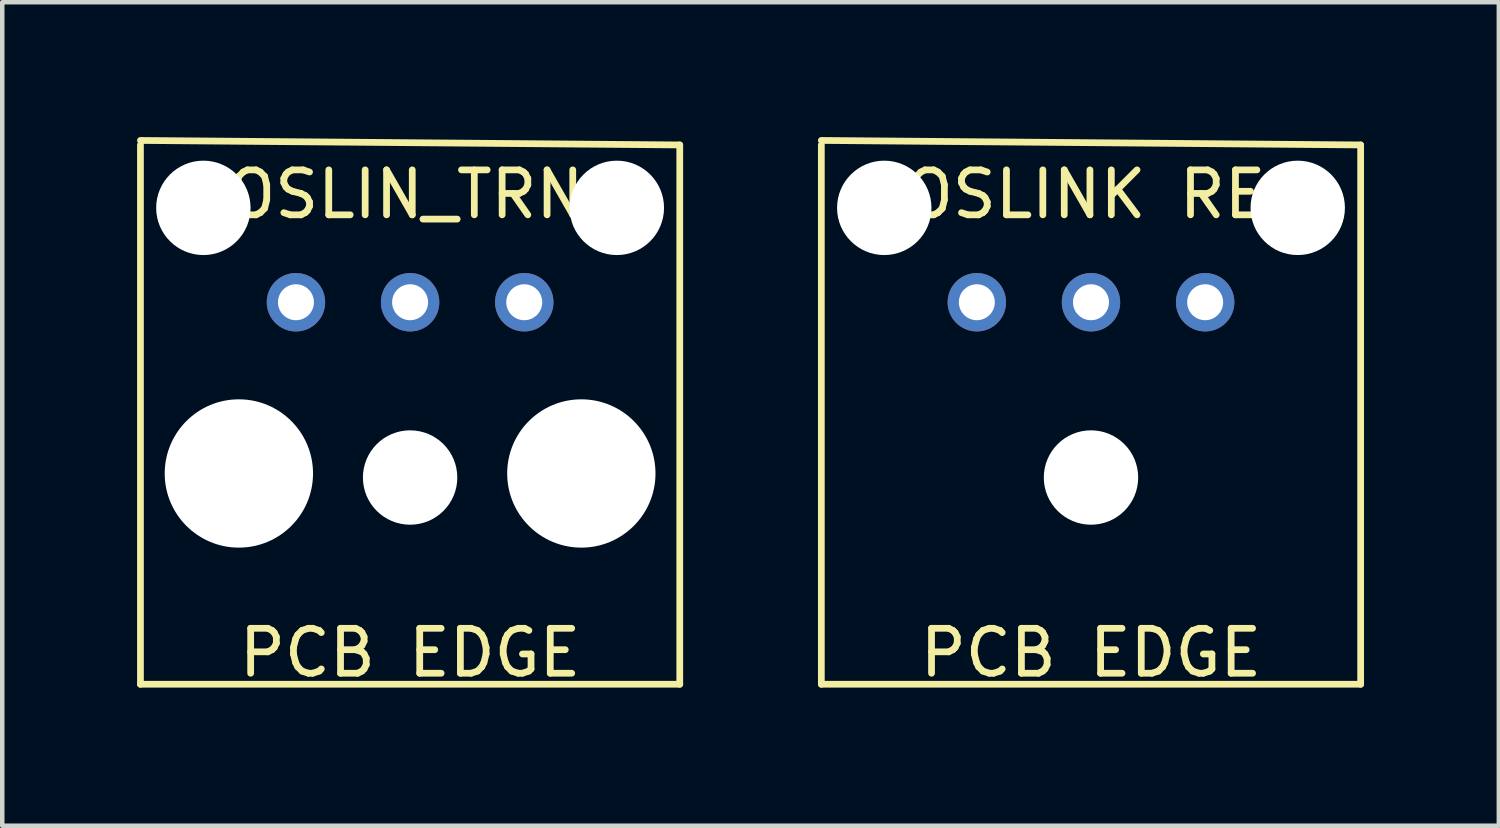
<source format=kicad_pcb>
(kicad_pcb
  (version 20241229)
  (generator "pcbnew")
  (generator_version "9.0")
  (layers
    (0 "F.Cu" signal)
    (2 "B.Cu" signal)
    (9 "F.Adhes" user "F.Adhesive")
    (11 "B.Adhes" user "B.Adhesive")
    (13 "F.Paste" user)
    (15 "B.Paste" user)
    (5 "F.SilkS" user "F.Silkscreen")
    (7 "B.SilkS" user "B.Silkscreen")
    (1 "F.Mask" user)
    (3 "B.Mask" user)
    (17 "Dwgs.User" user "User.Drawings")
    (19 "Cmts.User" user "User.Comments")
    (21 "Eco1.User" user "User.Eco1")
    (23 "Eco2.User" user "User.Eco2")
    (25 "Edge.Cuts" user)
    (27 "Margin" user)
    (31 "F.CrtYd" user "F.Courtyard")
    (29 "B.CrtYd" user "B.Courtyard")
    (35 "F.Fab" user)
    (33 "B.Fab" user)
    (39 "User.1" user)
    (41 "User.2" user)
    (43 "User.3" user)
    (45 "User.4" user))
  (footprint "TOSLIN_TRNS"
    (layer "F.Cu")
    (at 6.075 3.675)
    (property "Reference" "TOSLIN_TRNS" (at 0 -2.4 0) (layer "F.SilkS") (effects (font (size 1 1) (thickness 0.15))))
    (attr through_hole)
    (fp_line (start -6 -3.5) (end -6 8.5) (stroke (width 0.15) (type solid)) (layer "F.SilkS"))
    (fp_line (start -6 8.5) (end 6 8.5) (stroke (width 0.15) (type solid)) (layer "F.SilkS"))
    (fp_line (start 6 -3.5) (end -6 -3.6) (stroke (width 0.15) (type solid)) (layer "F.SilkS"))
    (fp_line (start 6 8.5) (end 6 -3.5) (stroke (width 0.15) (type solid)) (layer "F.SilkS"))
    (fp_text user "PCB EDGE" (at 0 7.8 0) (layer "F.SilkS") (effects (font (size 1 1) (thickness 0.15))))
    (pad "" np_thru_hole circle (at -4.6 -2.1) (size 2.1 2.1) (drill 2.1) (layers "*.Cu" "*.Mask"))
    (pad "" np_thru_hole circle (at -3.81 3.81) (size 3.3 3.3) (drill 3.3) (layers "*.Cu" "*.Mask"))
    (pad "" np_thru_hole circle (at 0 3.9) (size 2.1 2.1) (drill 2.1) (layers "*.Cu" "*.Mask"))
    (pad "" np_thru_hole circle (at 3.81 3.81) (size 3.3 3.3) (drill 3.3) (layers "*.Cu" "*.Mask"))
    (pad "" np_thru_hole circle (at 4.6 -2.1) (size 2.1 2.1) (drill 2.1) (layers "*.Cu" "*.Mask"))
    (pad "1" thru_hole circle (at -2.54 0) (size 1.3 1.3) (drill 0.8) (layers "*.Cu" "*.Mask"))
    (pad "2" thru_hole circle (at 0 0) (size 1.3 1.3) (drill 0.8) (layers "*.Cu" "*.Mask"))
    (pad "3" thru_hole circle (at 2.54 0) (size 1.3 1.3) (drill 0.8) (layers "*.Cu" "*.Mask")))
  (footprint "TOSLINK REC"
    (layer "F.Cu")
    (at 21.225 3.675)
    (property "Reference" "TOSLINK REC" (at 0 -2.4 0) (layer "F.SilkS") (effects (font (size 1 1) (thickness 0.15))))
    (attr through_hole)
    (fp_line (start -6 -3.5) (end -6 8.5) (stroke (width 0.15) (type solid)) (layer "F.SilkS"))
    (fp_line (start -6 8.5) (end 6 8.5) (stroke (width 0.15) (type solid)) (layer "F.SilkS"))
    (fp_line (start 6 -3.5) (end -6 -3.6) (stroke (width 0.15) (type solid)) (layer "F.SilkS"))
    (fp_line (start 6 8.5) (end 6 -3.5) (stroke (width 0.15) (type solid)) (layer "F.SilkS"))
    (fp_text user "PCB EDGE" (at 0 7.8 0) (layer "F.SilkS") (effects (font (size 1 1) (thickness 0.15))))
    (pad "" np_thru_hole circle (at -4.6 -2.1) (size 2.1 2.1) (drill 2.1) (layers "*.Cu" "*.Mask"))
    (pad "" np_thru_hole circle (at 0 3.9) (size 2.1 2.1) (drill 2.1) (layers "*.Cu" "*.Mask"))
    (pad "" np_thru_hole circle (at 4.6 -2.1) (size 2.1 2.1) (drill 2.1) (layers "*.Cu" "*.Mask"))
    (pad "1" thru_hole circle (at -2.54 0) (size 1.3 1.3) (drill 0.8) (layers "*.Cu" "*.Mask"))
    (pad "2" thru_hole circle (at 0 0) (size 1.3 1.3) (drill 0.8) (layers "*.Cu" "*.Mask"))
    (pad "3" thru_hole circle (at 2.54 0) (size 1.3 1.3) (drill 0.8) (layers "*.Cu" "*.Mask")))
  (gr_rect
    (start -3 -3)
    (end 30.3 15.323)
    (stroke (width 0.1) (type default))
    (fill no)
    (layer "Edge.Cuts")))
</source>
